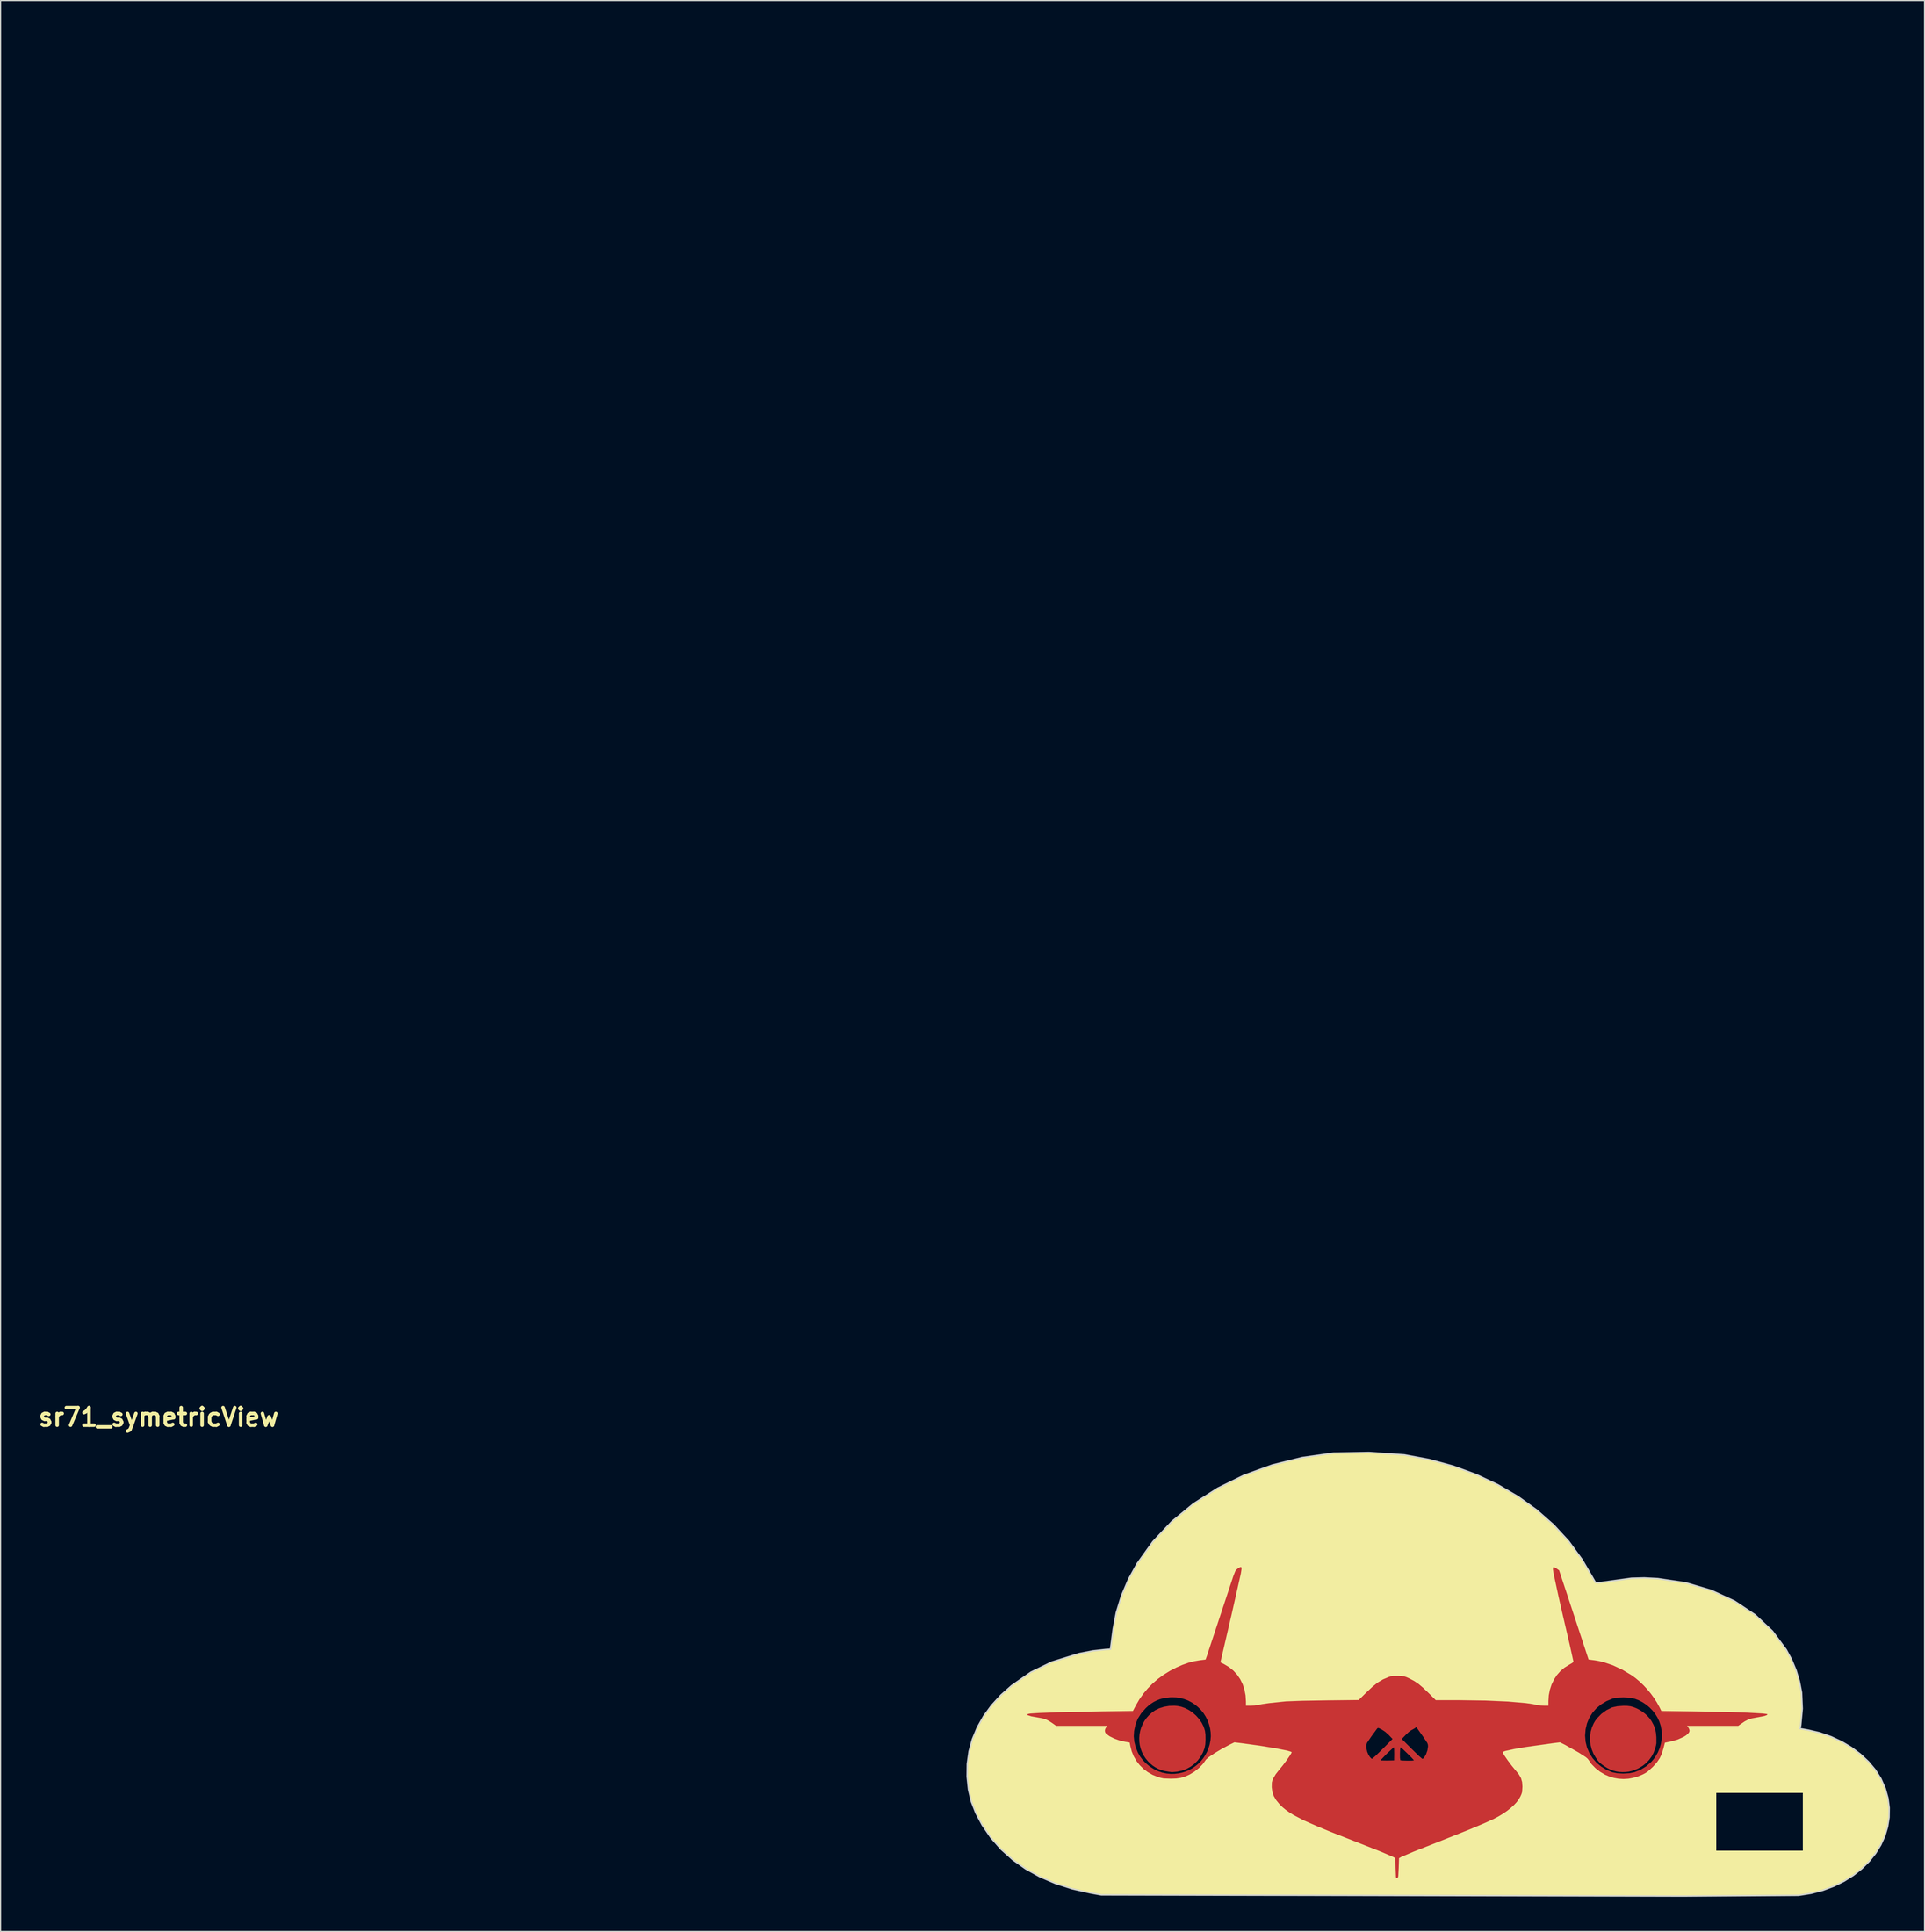
<source format=kicad_pcb>
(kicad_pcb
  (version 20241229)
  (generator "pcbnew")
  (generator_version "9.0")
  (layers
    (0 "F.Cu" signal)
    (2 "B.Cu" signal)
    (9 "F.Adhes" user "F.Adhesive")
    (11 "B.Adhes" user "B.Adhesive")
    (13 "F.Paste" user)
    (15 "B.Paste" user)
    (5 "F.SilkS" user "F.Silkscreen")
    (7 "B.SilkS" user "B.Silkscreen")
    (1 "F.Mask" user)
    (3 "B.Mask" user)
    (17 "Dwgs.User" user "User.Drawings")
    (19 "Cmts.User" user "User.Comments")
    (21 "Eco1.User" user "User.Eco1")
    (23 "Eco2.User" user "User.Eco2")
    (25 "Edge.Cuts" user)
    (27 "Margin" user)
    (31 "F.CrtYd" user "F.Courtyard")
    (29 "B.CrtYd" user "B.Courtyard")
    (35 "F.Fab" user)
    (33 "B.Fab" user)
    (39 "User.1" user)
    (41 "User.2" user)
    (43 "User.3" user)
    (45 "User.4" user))
  (footprint "sr71_symetricView"
    (layer "F.Cu")
    (at 10.683 0.25)
    (property "Reference" "sr71_symetricView" (at 0 119.418 0) (layer "F.SilkS") (effects (font (size 1.524 1.524) (thickness 0.305))))
    (attr exclude_from_pos_files exclude_from_bom)
    (fp_poly (pts (xy 87.992 144.397) (xy 87.54 144.413) (xy 87.093 144.489) (xy 86.675 144.622) (xy 86.309 144.807) (xy 86.037 145.003) (xy 85.794 145.222) (xy 85.58 145.462) (xy 85.398 145.721) (xy 85.245 145.995) (xy 85.125 146.281) (xy 85.035 146.577) (xy 84.977 146.88) (xy 84.951 147.186) (xy 84.958 147.495) (xy 84.998 147.801) (xy 85.072 148.103) (xy 85.179 148.397) (xy 85.32 148.681) (xy 85.496 148.953) (xy 85.707 149.208) (xy 85.912 149.412) (xy 86.124 149.588) (xy 86.35 149.738) (xy 86.59 149.864) (xy 86.849 149.967) (xy 87.131 150.049) (xy 87.774 150.157) (xy 88.251 150.108) (xy 88.251 150.107) (xy 88.657 150.02) (xy 89.042 149.875) (xy 89.401 149.677) (xy 89.729 149.431) (xy 90.02 149.14) (xy 90.269 148.809) (xy 90.47 148.445) (xy 90.618 148.05) (xy 90.675 147.731) (xy 90.699 147.321) (xy 90.69 146.904) (xy 90.645 146.565) (xy 90.533 146.217) (xy 90.364 145.879) (xy 90.146 145.56) (xy 89.884 145.264) (xy 89.588 145.001) (xy 89.263 144.778) (xy 88.917 144.6) (xy 88.557 144.476) (xy 88.282 144.422) (xy 87.992 144.397)) (stroke (width 0) (type solid)) (fill yes) (layer "F.Cu"))
    (fp_poly (pts (xy 126.908 144.403) (xy 126.354 144.444) (xy 125.911 144.545) (xy 125.427 144.782) (xy 124.987 145.103) (xy 124.612 145.487) (xy 124.455 145.697) (xy 124.324 145.916) (xy 124.167 146.271) (xy 124.061 146.644) (xy 124.007 147.03) (xy 124.004 147.419) (xy 124.052 147.808) (xy 124.15 148.187) (xy 124.299 148.552) (xy 124.497 148.895) (xy 124.663 149.13) (xy 124.812 149.303) (xy 124.986 149.453) (xy 125.228 149.627) (xy 125.477 149.784) (xy 125.731 149.913) (xy 125.989 150.014) (xy 126.253 150.087) (xy 126.523 150.132) (xy 126.8 150.151) (xy 127.084 150.141) (xy 127.377 150.105) (xy 127.769 150.002) (xy 128.176 149.83) (xy 128.555 149.609) (xy 128.867 149.36) (xy 129.133 149.075) (xy 129.342 148.785) (xy 129.507 148.471) (xy 129.64 148.111) (xy 129.711 147.861) (xy 129.749 147.655) (xy 129.748 147.131) (xy 129.711 146.731) (xy 129.636 146.392) (xy 129.512 146.072) (xy 129.327 145.731) (xy 129.175 145.51) (xy 128.988 145.298) (xy 128.775 145.1) (xy 128.539 144.918) (xy 128.289 144.758) (xy 128.028 144.622) (xy 127.763 144.516) (xy 127.501 144.444) (xy 127.228 144.41) (xy 126.908 144.403)) (stroke (width 0) (type solid)) (fill yes) (layer "F.Cu"))
    (fp_poly (pts (xy 104.856 122.466) (xy 101.779 122.52) (xy 99.065 122.908) (xy 96.471 123.555) (xy 94.019 124.447) (xy 91.736 125.569) (xy 89.645 126.909) (xy 87.77 128.453) (xy 86.137 130.186) (xy 84.768 132.097) (xy 84.017 133.466) (xy 83.414 134.885) (xy 82.971 136.323) (xy 82.698 137.752) (xy 82.527 139.034) (xy 82.461 139.507) (xy 82.067 139.529) (xy 80.951 139.65) (xy 79.742 139.885) (xy 77.381 140.615) (xy 75.574 141.493) (xy 73.9 142.656) (xy 72.971 143.48) (xy 72.163 144.361) (xy 71.481 145.295) (xy 70.926 146.275) (xy 70.503 147.294) (xy 70.213 148.349) (xy 70.059 149.433) (xy 70.045 150.54) (xy 70.162 151.657) (xy 70.406 152.686) (xy 70.797 153.69) (xy 71.355 154.734) (xy 72.107 155.833) (xy 72.986 156.833) (xy 73.988 157.731) (xy 75.109 158.525) (xy 76.346 159.211) (xy 77.694 159.789) (xy 79.15 160.255) (xy 80.711 160.608) (xy 81.674 160.783) (xy 87.672 160.795) (xy 87.672 150.299) (xy 87.323 150.268) (xy 86.94 150.189) (xy 86.563 150.056) (xy 86.199 149.876) (xy 85.856 149.654) (xy 85.541 149.394) (xy 85.26 149.103) (xy 85.02 148.785) (xy 84.829 148.444) (xy 84.64 147.97) (xy 84.523 147.503) (xy 84.478 147.043) (xy 84.506 146.592) (xy 84.628 146.022) (xy 84.827 145.52) (xy 85.119 145.058) (xy 85.517 144.607) (xy 85.742 144.4) (xy 85.974 144.22) (xy 86.214 144.067) (xy 86.466 143.94) (xy 86.729 143.837) (xy 87.006 143.759) (xy 87.607 143.673) (xy 87.8 143.665) (xy 88.157 143.68) (xy 88.504 143.731) (xy 88.841 143.819) (xy 89.164 143.941) (xy 89.473 144.099) (xy 89.767 144.291) (xy 90.044 144.517) (xy 90.304 144.776) (xy 90.524 145.05) (xy 90.714 145.35) (xy 90.872 145.671) (xy 90.997 146.007) (xy 91.087 146.351) (xy 91.14 146.699) (xy 91.154 147.044) (xy 91.126 147.38) (xy 91.059 147.727) (xy 90.961 148.057) (xy 90.834 148.37) (xy 90.679 148.664) (xy 90.5 148.939) (xy 90.296 149.191) (xy 90.07 149.421) (xy 89.824 149.628) (xy 89.56 149.809) (xy 89.278 149.964) (xy 88.981 150.092) (xy 88.67 150.19) (xy 88.348 150.258) (xy 88.014 150.295) (xy 87.672 150.299) (xy 87.672 160.795) (xy 102.281 160.823) (xy 102.281 160.824) (xy 105.116 160.83) (xy 105.116 149) (xy 105.033 148.949) (xy 104.925 148.827) (xy 104.797 148.621) (xy 104.702 148.396) (xy 104.644 148.161) (xy 104.624 147.926) (xy 104.634 147.759) (xy 104.687 147.605) (xy 105.053 147.067) (xy 105.551 146.386) (xy 105.622 146.323) (xy 105.725 146.345) (xy 105.935 146.445) (xy 106.252 146.651) (xy 106.572 146.94) (xy 106.894 147.279) (xy 106.037 148.139) (xy 105.413 148.747) (xy 105.116 149) (xy 105.116 160.83) (xy 106.435 160.832) (xy 106.435 149.146) (xy 105.84 149.137) (xy 106.404 148.548) (xy 107.003 147.994) (xy 107.033 148.161) (xy 107.039 148.562) (xy 107.031 149.131) (xy 106.435 149.146) (xy 106.435 160.832) (xy 108.175 160.836) (xy 108.175 149.157) (xy 107.771 149.145) (xy 107.569 149.122) (xy 107.539 148.921) (xy 107.535 148.535) (xy 107.552 148.161) (xy 107.588 147.994) (xy 107.792 148.164) (xy 108.19 148.543) (xy 108.577 148.931) (xy 108.752 149.131) (xy 108.572 149.153) (xy 108.175 149.157) (xy 108.175 160.836) (xy 109.475 160.838) (xy 109.475 149) (xy 109.178 148.747) (xy 108.553 148.139) (xy 107.694 147.279) (xy 108.037 146.925) (xy 108.31 146.666) (xy 108.483 146.539) (xy 108.773 146.379) (xy 108.963 146.25) (xy 109.082 146.429) (xy 109.585 147.139) (xy 109.908 147.626) (xy 109.958 147.771) (xy 109.968 147.923) (xy 109.917 148.262) (xy 109.791 148.613) (xy 109.631 148.888) (xy 109.549 148.97) (xy 109.475 149) (xy 109.475 160.838) (xy 126.873 160.874) (xy 126.873 150.272) (xy 126.355 150.245) (xy 125.937 150.162) (xy 125.937 150.162) (xy 125.429 149.951) (xy 124.97 149.671) (xy 124.566 149.33) (xy 124.223 148.937) (xy 123.946 148.499) (xy 123.741 148.022) (xy 123.615 147.517) (xy 123.572 146.989) (xy 123.615 146.443) (xy 123.738 145.928) (xy 123.938 145.449) (xy 124.21 145.012) (xy 124.552 144.622) (xy 124.959 144.283) (xy 125.427 144.001) (xy 125.953 143.781) (xy 126.37 143.7) (xy 126.897 143.676) (xy 127.435 143.709) (xy 127.886 143.799) (xy 128.228 143.929) (xy 128.555 144.099) (xy 128.864 144.306) (xy 129.152 144.545) (xy 129.413 144.812) (xy 129.644 145.105) (xy 129.84 145.419) (xy 129.997 145.75) (xy 130.122 146.124) (xy 130.198 146.51) (xy 130.227 146.903) (xy 130.209 147.297) (xy 130.143 147.689) (xy 130.033 148.072) (xy 129.876 148.443) (xy 129.674 148.797) (xy 129.505 149.031) (xy 129.316 149.25) (xy 128.884 149.634) (xy 128.388 149.939) (xy 127.84 150.159) (xy 127.398 150.244) (xy 126.873 150.272) (xy 126.873 160.874) (xy 132.086 160.884) (xy 142.07 160.82) (xy 143.005 160.672) (xy 143.005 157.499) (xy 134.505 157.499) (xy 134.505 151.499) (xy 143.005 151.499) (xy 143.005 157.499) (xy 143.005 160.672) (xy 143.152 160.648) (xy 144.173 160.381) (xy 145.129 160.025) (xy 146.013 159.589) (xy 146.821 159.08) (xy 147.547 158.504) (xy 148.186 157.87) (xy 148.735 157.184) (xy 149.185 156.453) (xy 149.534 155.686) (xy 149.776 154.889) (xy 149.905 154.07) (xy 149.917 153.236) (xy 149.806 152.393) (xy 149.567 151.551) (xy 149.196 150.715) (xy 148.723 149.963) (xy 148.134 149.258) (xy 147.443 148.609) (xy 146.661 148.024) (xy 145.802 147.513) (xy 144.88 147.084) (xy 143.906 146.746) (xy 142.895 146.508) (xy 142.194 146.381) (xy 142.256 146.057) (xy 142.386 144.654) (xy 142.323 143.25) (xy 142.132 142.27) (xy 141.845 141.323) (xy 141.464 140.414) (xy 140.994 139.544) (xy 139.804 137.938) (xy 138.306 136.531) (xy 136.532 135.347) (xy 134.514 134.414) (xy 132.285 133.754) (xy 129.876 133.394) (xy 128.701 133.331) (xy 127.595 133.361) (xy 124.708 133.761) (xy 124.464 133.72) (xy 124.228 133.306) (xy 123.325 131.76) (xy 122.161 130.161) (xy 120.853 128.743) (xy 119.382 127.449) (xy 117.763 126.285) (xy 116.008 125.259) (xy 114.132 124.378) (xy 112.146 123.649) (xy 110.065 123.078) (xy 107.902 122.673) (xy 104.856 122.466)) (stroke (width 0) (type solid)) (fill yes) (layer "F.Cu"))
    (fp_poly (pts (xy 107.569 149.123) (xy 107.588 147.994) (xy 108.19 148.544) (xy 108.751 149.132) (xy 107.569 149.123) (xy 107.569 149.123)) (stroke (width 0) (type solid)) (fill yes) (layer "F.Mask"))
    (fp_poly (pts (xy 105.84 149.137) (xy 106.404 148.549) (xy 107.003 147.994) (xy 107.04 148.563) (xy 107.031 149.132) (xy 106.436 149.147) (xy 105.84 149.137) (xy 105.84 149.137)) (stroke (width 0) (type solid)) (fill yes) (layer "F.Mask"))
    (fp_poly (pts (xy 104.925 148.828) (xy 104.624 147.927) (xy 105.053 147.068) (xy 105.551 146.387) (xy 105.935 146.446) (xy 106.572 146.941) (xy 106.894 147.28) (xy 106.037 148.14) (xy 105.116 149) (xy 104.925 148.828) (xy 104.925 148.828)) (stroke (width 0) (type solid)) (fill yes) (layer "F.Mask"))
    (fp_poly (pts (xy 108.553 148.14) (xy 107.694 147.28) (xy 108.038 146.926) (xy 108.483 146.54) (xy 108.774 146.379) (xy 108.963 146.251) (xy 109.082 146.43) (xy 109.585 147.14) (xy 109.969 147.923) (xy 109.792 148.614) (xy 109.476 149) (xy 108.553 148.14)) (stroke (width 0) (type solid)) (fill yes) (layer "F.Mask"))
    (fp_poly (pts (xy 126.897 143.677) (xy 126.37 143.7) (xy 125.953 143.782) (xy 125.427 144.002) (xy 124.959 144.284) (xy 124.552 144.623) (xy 124.21 145.013) (xy 123.938 145.45) (xy 123.738 145.929) (xy 123.615 146.443) (xy 123.572 146.99) (xy 123.615 147.517) (xy 123.741 148.023) (xy 123.946 148.499) (xy 124.223 148.938) (xy 124.566 149.331) (xy 124.97 149.672) (xy 125.429 149.951) (xy 125.937 150.163) (xy 125.937 150.163) (xy 126.355 150.246) (xy 126.8 150.269) (xy 126.8 150.151) (xy 126.523 150.133) (xy 126.253 150.088) (xy 125.99 150.014) (xy 125.731 149.914) (xy 125.477 149.785) (xy 125.227 149.628) (xy 124.986 149.455) (xy 124.813 149.303) (xy 124.664 149.131) (xy 124.497 148.896) (xy 124.299 148.553) (xy 124.15 148.188) (xy 124.052 147.808) (xy 124.004 147.42) (xy 124.007 147.03) (xy 124.061 146.646) (xy 124.166 146.272) (xy 124.323 145.917) (xy 124.455 145.698) (xy 124.611 145.488) (xy 124.987 145.104) (xy 125.427 144.783) (xy 125.911 144.546) (xy 126.353 144.445) (xy 126.908 144.403) (xy 126.907 144.403) (xy 127.229 144.411) (xy 127.501 144.446) (xy 127.764 144.518) (xy 128.028 144.623) (xy 128.289 144.759) (xy 128.54 144.919) (xy 128.775 145.101) (xy 128.989 145.3) (xy 129.175 145.511) (xy 129.328 145.732) (xy 129.513 146.073) (xy 129.637 146.393) (xy 129.711 146.732) (xy 129.749 147.132) (xy 129.749 147.656) (xy 129.712 147.862) (xy 129.64 148.113) (xy 129.507 148.472) (xy 129.342 148.786) (xy 129.133 149.076) (xy 128.867 149.361) (xy 128.555 149.61) (xy 128.176 149.831) (xy 127.769 150.003) (xy 127.377 150.106) (xy 127.084 150.142) (xy 126.8 150.151) (xy 126.8 150.269) (xy 126.873 150.273) (xy 127.399 150.244) (xy 127.84 150.16) (xy 128.388 149.94) (xy 128.884 149.634) (xy 129.316 149.25) (xy 129.505 149.032) (xy 129.674 148.797) (xy 129.876 148.444) (xy 130.033 148.073) (xy 130.144 147.689) (xy 130.209 147.298) (xy 130.227 146.903) (xy 130.198 146.511) (xy 130.122 146.125) (xy 129.997 145.75) (xy 129.84 145.419) (xy 129.643 145.106) (xy 129.413 144.813) (xy 129.152 144.545) (xy 128.864 144.306) (xy 128.555 144.1) (xy 128.228 143.93) (xy 127.886 143.799) (xy 127.435 143.71) (xy 126.897 143.677) (xy 126.897 143.677) (xy 126.897 143.677)) (stroke (width 0) (type solid)) (fill yes) (layer "F.Mask"))
    (fp_poly (pts (xy 87.8 143.665) (xy 87.606 143.672) (xy 87.006 143.758) (xy 86.729 143.837) (xy 86.466 143.939) (xy 86.214 144.066) (xy 85.974 144.22) (xy 85.742 144.399) (xy 85.517 144.606) (xy 85.119 145.057) (xy 84.827 145.519) (xy 84.628 146.021) (xy 84.506 146.591) (xy 84.478 147.043) (xy 84.523 147.502) (xy 84.64 147.969) (xy 84.829 148.444) (xy 85.02 148.784) (xy 85.26 149.102) (xy 85.541 149.394) (xy 85.856 149.653) (xy 86.199 149.875) (xy 86.563 150.055) (xy 86.94 150.188) (xy 87.323 150.268) (xy 87.672 150.298) (xy 87.774 150.297) (xy 87.774 150.157) (xy 87.131 150.05) (xy 86.849 149.967) (xy 86.59 149.864) (xy 86.35 149.738) (xy 86.125 149.588) (xy 85.911 149.412) (xy 85.707 149.208) (xy 85.496 148.953) (xy 85.32 148.682) (xy 85.179 148.397) (xy 85.072 148.103) (xy 84.998 147.801) (xy 84.958 147.495) (xy 84.951 147.187) (xy 84.977 146.88) (xy 85.035 146.577) (xy 85.124 146.281) (xy 85.245 145.995) (xy 85.398 145.721) (xy 85.58 145.463) (xy 85.794 145.222) (xy 86.037 145.003) (xy 86.309 144.807) (xy 86.674 144.622) (xy 87.093 144.49) (xy 87.54 144.414) (xy 87.991 144.397) (xy 87.991 144.397) (xy 87.992 144.397) (xy 88.282 144.422) (xy 88.557 144.476) (xy 88.917 144.6) (xy 89.263 144.778) (xy 89.588 145.002) (xy 89.885 145.265) (xy 90.146 145.56) (xy 90.365 145.88) (xy 90.534 146.217) (xy 90.645 146.565) (xy 90.69 146.904) (xy 90.699 147.321) (xy 90.675 147.731) (xy 90.618 148.05) (xy 90.47 148.445) (xy 90.269 148.81) (xy 90.02 149.14) (xy 89.729 149.43) (xy 89.401 149.677) (xy 89.042 149.875) (xy 88.657 150.02) (xy 88.251 150.107) (xy 88.251 150.108) (xy 87.774 150.157) (xy 87.774 150.297) (xy 88.014 150.294) (xy 88.347 150.257) (xy 88.67 150.189) (xy 88.981 150.091) (xy 89.278 149.964) (xy 89.56 149.809) (xy 89.825 149.627) (xy 90.071 149.421) (xy 90.296 149.19) (xy 90.5 148.938) (xy 90.679 148.663) (xy 90.834 148.369) (xy 90.961 148.056) (xy 91.059 147.726) (xy 91.126 147.379) (xy 91.154 147.043) (xy 91.14 146.698) (xy 91.087 146.35) (xy 90.997 146.006) (xy 90.872 145.67) (xy 90.714 145.349) (xy 90.523 145.049) (xy 90.303 144.775) (xy 90.044 144.516) (xy 89.767 144.29) (xy 89.473 144.098) (xy 89.164 143.941) (xy 88.84 143.818) (xy 88.505 143.731) (xy 88.157 143.679) (xy 87.8 143.665) (xy 87.8 143.665)) (stroke (width 0) (type solid)) (fill yes) (layer "F.Mask"))
    (fp_poly (pts (xy 104.856 122.466) (xy 101.779 122.52) (xy 99.065 122.908) (xy 96.471 123.555) (xy 94.019 124.447) (xy 91.736 125.569) (xy 89.645 126.909) (xy 87.77 128.453) (xy 86.137 130.186) (xy 84.768 132.097) (xy 84.017 133.466) (xy 83.414 134.885) (xy 82.971 136.323) (xy 82.698 137.752) (xy 82.527 139.034) (xy 82.461 139.507) (xy 82.067 139.529) (xy 80.951 139.65) (xy 79.742 139.885) (xy 77.381 140.615) (xy 75.574 141.493) (xy 73.9 142.656) (xy 72.971 143.48) (xy 72.163 144.361) (xy 71.481 145.295) (xy 70.926 146.275) (xy 70.503 147.294) (xy 70.213 148.349) (xy 70.059 149.433) (xy 70.045 150.54) (xy 70.162 151.657) (xy 70.406 152.686) (xy 70.797 153.69) (xy 71.355 154.734) (xy 72.107 155.833) (xy 72.986 156.833) (xy 73.988 157.731) (xy 75.109 158.525) (xy 76.346 159.211) (xy 77.694 159.789) (xy 79.15 160.255) (xy 80.711 160.608) (xy 81.674 160.783) (xy 102.281 160.823) (xy 102.281 160.824) (xy 107.31 160.834) (xy 107.31 159.31) (xy 107.237 159.302) (xy 107.191 159.258) (xy 107.151 158.395) (xy 107.138 157.602) (xy 106.926 157.484) (xy 105.96 157.068) (xy 104.094 156.328) (xy 101.474 155.298) (xy 100.39 154.847) (xy 99.232 154.339) (xy 98.324 153.865) (xy 97.952 153.634) (xy 97.628 153.403) (xy 97.347 153.169) (xy 97.106 152.929) (xy 96.81 152.568) (xy 96.604 152.214) (xy 96.48 151.85) (xy 96.428 151.457) (xy 96.438 151.044) (xy 96.483 150.883) (xy 96.565 150.687) (xy 96.773 150.333) (xy 97.067 149.96) (xy 97.384 149.572) (xy 97.746 149.087) (xy 98.043 148.654) (xy 98.166 148.428) (xy 98.065 148.37) (xy 97.782 148.29) (xy 96.781 148.087) (xy 95.391 147.858) (xy 93.841 147.646) (xy 93.195 147.567) (xy 92.76 147.782) (xy 92.115 148.127) (xy 91.48 148.508) (xy 90.977 148.849) (xy 90.73 149.07) (xy 90.468 149.44) (xy 90.123 149.796) (xy 89.724 150.113) (xy 89.301 150.365) (xy 88.91 150.537) (xy 88.552 150.645) (xy 88.165 150.7) (xy 87.687 150.716) (xy 87.058 150.693) (xy 86.828 150.647) (xy 86.559 150.566) (xy 86.11 150.386) (xy 85.697 150.152) (xy 85.323 149.87) (xy 84.992 149.544) (xy 84.708 149.179) (xy 84.476 148.778) (xy 84.299 148.347) (xy 84.181 147.889) (xy 84.125 147.587) (xy 83.731 147.521) (xy 83.25 147.409) (xy 82.787 147.244) (xy 82.386 147.045) (xy 82.089 146.831) (xy 82.004 146.711) (xy 81.974 146.571) (xy 82 146.423) (xy 82.08 146.28) (xy 82.19 146.141) (xy 79.971 146.141) (xy 77.753 146.141) (xy 77.467 145.936) (xy 77.145 145.723) (xy 76.857 145.58) (xy 76.551 145.486) (xy 76.17 145.419) (xy 75.613 145.321) (xy 75.306 145.224) (xy 75.253 145.179) (xy 75.27 145.138) (xy 75.36 145.103) (xy 75.524 145.074) (xy 76.32 145.025) (xy 77.804 144.973) (xy 81.772 144.889) (xy 84.405 144.854) (xy 84.661 144.369) (xy 84.961 143.853) (xy 85.303 143.365) (xy 85.686 142.906) (xy 86.108 142.478) (xy 86.569 142.081) (xy 87.066 141.716) (xy 87.601 141.386) (xy 88.169 141.09) (xy 88.702 140.857) (xy 89.215 140.676) (xy 89.715 140.545) (xy 90.211 140.461) (xy 90.699 140.402) (xy 90.806 140.109) (xy 93.102 133.179) (xy 93.274 132.74) (xy 93.36 132.626) (xy 93.475 132.53) (xy 93.648 132.417) (xy 93.758 132.383) (xy 93.758 132.384) (xy 93.806 132.422) (xy 93.819 132.528) (xy 93.751 132.962) (xy 92.956 136.482) (xy 92.85 136.932) (xy 92.056 140.334) (xy 91.982 140.64) (xy 92.309 140.803) (xy 92.73 141.054) (xy 93.104 141.357) (xy 93.427 141.708) (xy 93.697 142.102) (xy 93.911 142.537) (xy 94.067 143.008) (xy 94.163 143.509) (xy 94.196 144.038) (xy 94.196 144.395) (xy 94.607 144.395) (xy 94.951 144.379) (xy 95.202 144.341) (xy 95.595 144.261) (xy 96.218 144.171) (xy 97.663 144.022) (xy 99.062 143.97) (xy 101.236 143.933) (xy 103.962 143.906) (xy 104.57 143.306) (xy 105.145 142.763) (xy 105.614 142.388) (xy 106.061 142.123) (xy 106.568 141.91) (xy 106.757 141.848) (xy 106.931 141.815) (xy 107.415 141.812) (xy 107.708 141.83) (xy 107.921 141.865) (xy 108.123 141.934) (xy 108.382 142.053) (xy 108.788 142.27) (xy 109.154 142.518) (xy 109.545 142.849) (xy 110.027 143.31) (xy 110.64 143.918) (xy 112.726 143.918) (xy 114.942 143.95) (xy 116.896 144.037) (xy 118.444 144.171) (xy 119.021 144.253) (xy 119.443 144.342) (xy 119.687 144.379) (xy 120.012 144.394) (xy 120.396 144.395) (xy 120.396 144.002) (xy 120.428 143.503) (xy 120.521 143.021) (xy 120.672 142.563) (xy 120.877 142.136) (xy 121.132 141.747) (xy 121.434 141.402) (xy 121.779 141.108) (xy 122.162 140.87) (xy 122.457 140.696) (xy 122.537 140.628) (xy 122.566 140.579) (xy 122.243 139.123) (xy 121.842 137.408) (xy 121.693 136.773) (xy 121.54 136.111) (xy 121.268 134.92) (xy 120.837 132.919) (xy 120.786 132.589) (xy 120.805 132.423) (xy 120.844 132.397) (xy 120.905 132.405) (xy 121.097 132.517) (xy 121.322 132.674) (xy 121.832 134.207) (xy 123.108 138.069) (xy 123.875 140.398) (xy 124.372 140.461) (xy 124.759 140.525) (xy 125.158 140.62) (xy 125.974 140.895) (xy 126.795 141.277) (xy 127.594 141.755) (xy 127.947 142.012) (xy 128.294 142.305) (xy 128.633 142.628) (xy 128.956 142.975) (xy 129.26 143.342) (xy 129.539 143.723) (xy 129.788 144.111) (xy 130.004 144.502) (xy 130.181 144.855) (xy 132.924 144.891) (xy 135.617 144.939) (xy 137.66 145) (xy 138.949 145.072) (xy 139.279 145.11) (xy 139.384 145.149) (xy 139.302 145.219) (xy 139.108 145.289) (xy 138.412 145.421) (xy 138.03 145.491) (xy 137.711 145.593) (xy 137.404 145.751) (xy 137.056 145.985) (xy 136.841 146.141) (xy 134.622 146.141) (xy 132.403 146.141) (xy 132.513 146.28) (xy 132.59 146.422) (xy 132.622 146.567) (xy 132.587 146.693) (xy 132.486 146.825) (xy 132.329 146.959) (xy 132.121 147.091) (xy 131.587 147.33) (xy 130.944 147.508) (xy 130.487 147.6) (xy 130.369 148.069) (xy 130.224 148.545) (xy 130.038 148.945) (xy 129.787 149.313) (xy 129.446 149.691) (xy 128.996 150.099) (xy 128.79 150.233) (xy 128.547 150.36) (xy 128.142 150.528) (xy 127.732 150.647) (xy 127.318 150.72) (xy 126.903 150.745) (xy 126.49 150.722) (xy 126.083 150.652) (xy 125.684 150.534) (xy 125.296 150.368) (xy 124.867 150.115) (xy 124.469 149.802) (xy 124.13 149.455) (xy 123.881 149.101) (xy 123.793 148.986) (xy 123.639 148.854) (xy 123.023 148.456) (xy 121.836 147.786) (xy 121.399 147.568) (xy 120.752 147.647) (xy 118.349 147.986) (xy 117.403 148.154) (xy 116.667 148.316) (xy 116.477 148.384) (xy 116.442 148.42) (xy 116.441 148.464) (xy 116.58 148.709) (xy 116.871 149.13) (xy 117.22 149.594) (xy 117.531 149.972) (xy 117.833 150.341) (xy 118.022 150.669) (xy 118.119 151.007) (xy 118.147 151.407) (xy 118.119 151.865) (xy 118.067 152.038) (xy 117.975 152.247) (xy 117.831 152.499) (xy 117.64 152.754) (xy 117.402 153.01) (xy 117.122 153.264) (xy 116.804 153.514) (xy 116.45 153.756) (xy 116.063 153.989) (xy 115.648 154.208) (xy 114.84 154.574) (xy 113.608 155.094) (xy 110.71 156.251) (xy 108.751 157.023) (xy 107.667 157.484) (xy 107.455 157.603) (xy 107.429 158.448) (xy 107.391 159.154) (xy 107.36 159.274) (xy 107.31 159.31) (xy 107.31 160.834) (xy 132.086 160.884) (xy 142.07 160.82) (xy 142.436 160.762) (xy 142.436 156.952) (xy 134.936 156.952) (xy 134.936 151.952) (xy 142.436 151.952) (xy 142.436 156.952) (xy 142.436 160.762) (xy 143.152 160.648) (xy 144.173 160.381) (xy 145.129 160.025) (xy 146.013 159.589) (xy 146.821 159.08) (xy 147.547 158.504) (xy 148.186 157.87) (xy 148.735 157.184) (xy 149.185 156.453) (xy 149.534 155.686) (xy 149.776 154.889) (xy 149.905 154.07) (xy 149.917 153.236) (xy 149.806 152.393) (xy 149.567 151.551) (xy 149.196 150.715) (xy 148.723 149.963) (xy 148.134 149.258) (xy 147.443 148.608) (xy 146.661 148.024) (xy 145.802 147.513) (xy 144.88 147.084) (xy 143.906 146.746) (xy 142.895 146.508) (xy 142.194 146.381) (xy 142.256 146.057) (xy 142.386 144.654) (xy 142.323 143.25) (xy 142.132 142.27) (xy 141.845 141.323) (xy 141.464 140.414) (xy 140.995 139.544) (xy 139.804 137.938) (xy 138.306 136.531) (xy 136.532 135.347) (xy 134.514 134.413) (xy 132.285 133.754) (xy 129.876 133.394) (xy 128.701 133.331) (xy 127.595 133.361) (xy 124.708 133.761) (xy 124.464 133.72) (xy 124.228 133.306) (xy 123.325 131.761) (xy 122.161 130.161) (xy 120.853 128.743) (xy 119.382 127.449) (xy 117.763 126.285) (xy 116.008 125.259) (xy 114.132 124.378) (xy 112.146 123.649) (xy 110.065 123.078) (xy 107.902 122.673) (xy 104.857 122.467) (xy 104.856 122.466)) (stroke (width 0) (type solid)) (fill yes) (layer "F.SilkS"))
    (fp_poly (pts (xy 102.281 160.823) (xy 81.674 160.784) (xy 80.711 160.608) (xy 79.15 160.255) (xy 77.694 159.789) (xy 76.346 159.211) (xy 75.109 158.525) (xy 73.988 157.731) (xy 72.986 156.833) (xy 72.107 155.833) (xy 71.355 154.734) (xy 70.797 153.69) (xy 70.406 152.686) (xy 70.162 151.657) (xy 70.045 150.539) (xy 70.059 149.433) (xy 70.213 148.349) (xy 70.503 147.295) (xy 70.927 146.275) (xy 71.481 145.295) (xy 72.163 144.362) (xy 72.97 143.48) (xy 73.9 142.657) (xy 75.574 141.492) (xy 77.381 140.615) (xy 79.742 139.885) (xy 80.951 139.651) (xy 82.067 139.529) (xy 82.461 139.507) (xy 82.527 139.034) (xy 82.698 137.752) (xy 82.971 136.323) (xy 83.414 134.885) (xy 84.017 133.466) (xy 84.768 132.097) (xy 86.137 130.187) (xy 87.77 128.453) (xy 89.645 126.909) (xy 91.736 125.569) (xy 94.019 124.447) (xy 96.47 123.555) (xy 99.065 122.909) (xy 101.779 122.52) (xy 104.856 122.466) (xy 107.901 122.673) (xy 110.065 123.078) (xy 112.146 123.649) (xy 114.131 124.378) (xy 116.008 125.259) (xy 117.763 126.285) (xy 119.382 127.449) (xy 120.852 128.743) (xy 122.16 130.161) (xy 123.324 131.761) (xy 124.227 133.306) (xy 124.464 133.72) (xy 124.708 133.761) (xy 127.595 133.361) (xy 128.7 133.332) (xy 129.875 133.394) (xy 132.284 133.754) (xy 134.514 134.413) (xy 136.532 135.348) (xy 138.305 136.531) (xy 139.804 137.938) (xy 140.994 139.544) (xy 141.464 140.414) (xy 141.844 141.323) (xy 142.132 142.27) (xy 142.323 143.25) (xy 142.385 144.654) (xy 142.255 146.057) (xy 142.194 146.381) (xy 142.894 146.508) (xy 143.906 146.746) (xy 144.879 147.084) (xy 145.802 147.513) (xy 146.661 148.024) (xy 147.442 148.608) (xy 148.134 149.258) (xy 148.723 149.963) (xy 149.195 150.715) (xy 149.567 151.551) (xy 149.806 152.394) (xy 149.917 153.236) (xy 149.905 154.07) (xy 149.775 154.889) (xy 149.534 155.686) (xy 149.185 156.453) (xy 148.734 157.184) (xy 148.186 157.87) (xy 147.546 158.504) (xy 146.82 159.08) (xy 146.012 159.589) (xy 145.128 160.025) (xy 144.173 160.381) (xy 143.152 160.648) (xy 142.069 160.82) (xy 132.085 160.885) (xy 102.281 160.823) (xy 102.281 160.824)) (stroke (width 0.128) (type solid)) (fill no) (layer "Edge.Cuts")))
  (gr_rect
    (start -3 -3)
    (end 163.663 164.199)
    (stroke (width 0.1) (type default))
    (fill no)
    (layer "Edge.Cuts")))
</source>
